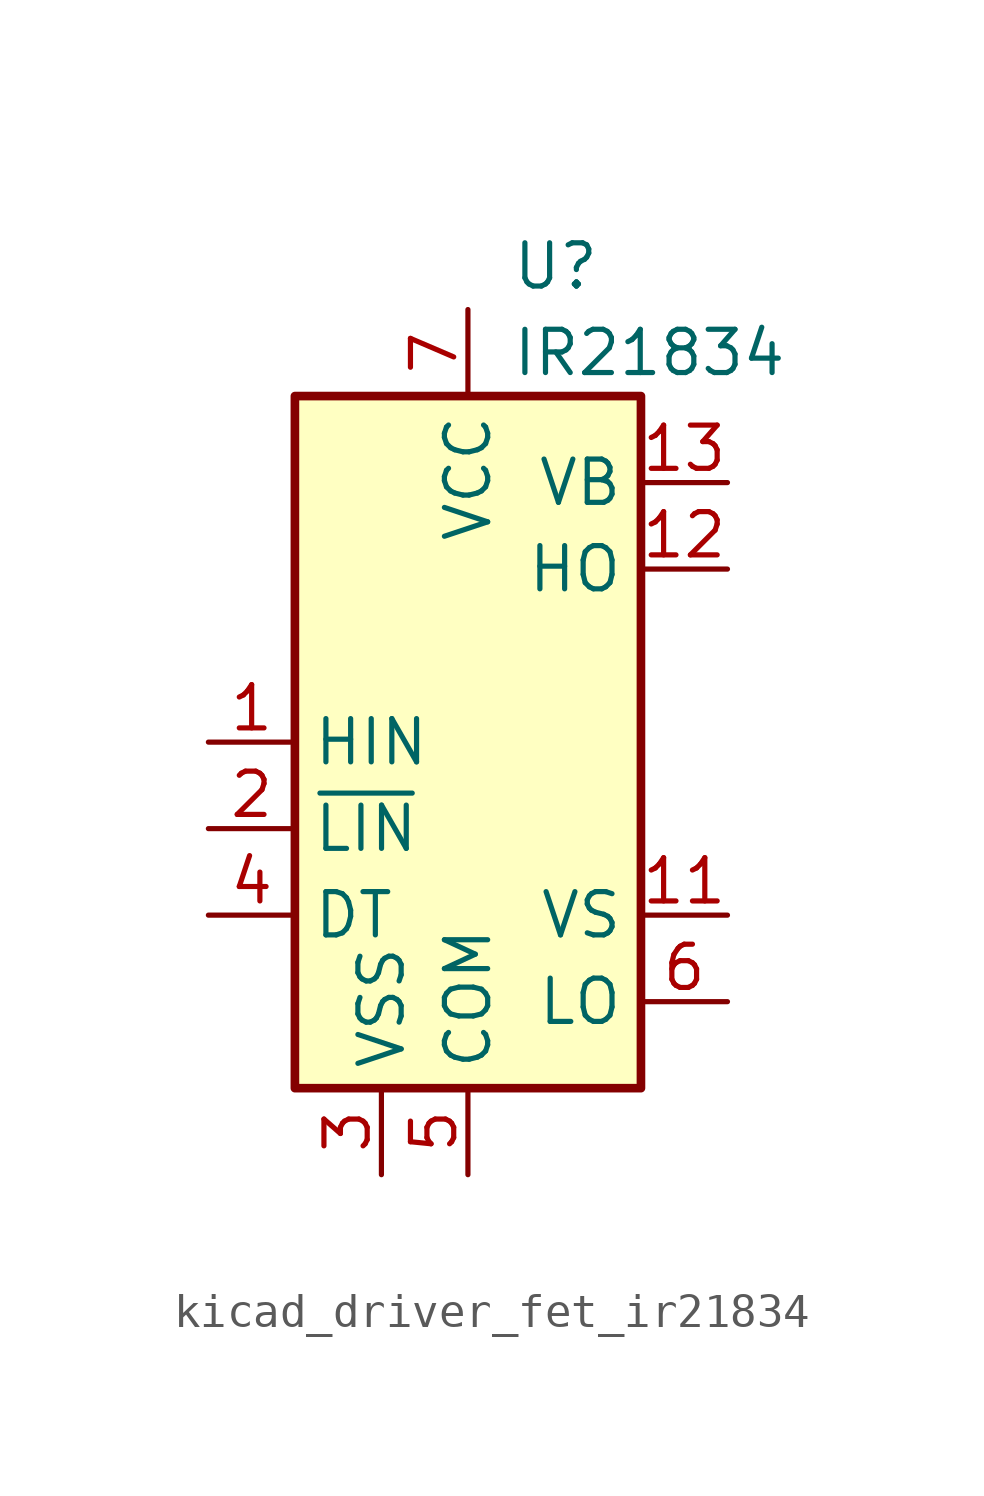
<source format=kicad_sym>
(kicad_symbol_lib
  (version 20220914)
  (generator kicad_symbol_editor)
  (symbol "kicad_driver_fet_ir21834"
    (property "Reference" "U"
      (at 1.27 13.97 0)
      (effects (font (size 1.27 1.27)) (justify left)))
    (property "Value" "IR21834"
      (at 1.27 11.43 0)
      (effects (font (size 1.27 1.27)) (justify left)))
    (symbol "kicad_driver_fet_ir21834_0_1"
      (rectangle (start -5.08 -10.16) (end 5.08 10.16) (stroke (width 0.254) (type default)) (fill (type background))))
    (symbol "kicad_driver_fet_ir21834_1_1"
      (pin input line (at -7.62 0 0) (length 2.54) (name "HIN" (effects (font (size 1.27 1.27)))) (number "1" (effects (font (size 1.27 1.27)))))
      (pin no_connect line (at -5.08 2.54 0) (length 2.54) hide (name "NC" (effects (font (size 1.27 1.27)))) (number "10" (effects (font (size 1.27 1.27)))))
      (pin passive line (at 7.62 -5.08 180) (length 2.54) (name "VS" (effects (font (size 1.27 1.27)))) (number "11" (effects (font (size 1.27 1.27)))))
      (pin output line (at 7.62 5.08 180) (length 2.54) (name "HO" (effects (font (size 1.27 1.27)))) (number "12" (effects (font (size 1.27 1.27)))))
      (pin passive line (at 7.62 7.62 180) (length 2.54) (name "VB" (effects (font (size 1.27 1.27)))) (number "13" (effects (font (size 1.27 1.27)))))
      (pin no_connect line (at 5.08 2.54 180) (length 2.54) hide (name "NC" (effects (font (size 1.27 1.27)))) (number "14" (effects (font (size 1.27 1.27)))))
      (pin input line (at -7.62 -2.54 0) (length 2.54) (name "~{LIN}" (effects (font (size 1.27 1.27)))) (number "2" (effects (font (size 1.27 1.27)))))
      (pin power_in line (at -2.54 -12.7 90) (length 2.54) (name "VSS" (effects (font (size 1.27 1.27)))) (number "3" (effects (font (size 1.27 1.27)))))
      (pin input line (at -7.62 -5.08 0) (length 2.54) (name "DT" (effects (font (size 1.27 1.27)))) (number "4" (effects (font (size 1.27 1.27)))))
      (pin power_in line (at 0 -12.7 90) (length 2.54) (name "COM" (effects (font (size 1.27 1.27)))) (number "5" (effects (font (size 1.27 1.27)))))
      (pin output line (at 7.62 -7.62 180) (length 2.54) (name "LO" (effects (font (size 1.27 1.27)))) (number "6" (effects (font (size 1.27 1.27)))))
      (pin power_in line (at 0 12.7 270) (length 2.54) (name "VCC" (effects (font (size 1.27 1.27)))) (number "7" (effects (font (size 1.27 1.27)))))
      (pin no_connect line (at -5.08 7.62 0) (length 2.54) hide (name "NC" (effects (font (size 1.27 1.27)))) (number "8" (effects (font (size 1.27 1.27)))))
      (pin no_connect line (at -5.08 5.08 0) (length 2.54) hide (name "NC" (effects (font (size 1.27 1.27)))) (number "9" (effects (font (size 1.27 1.27))))))))
</source>
